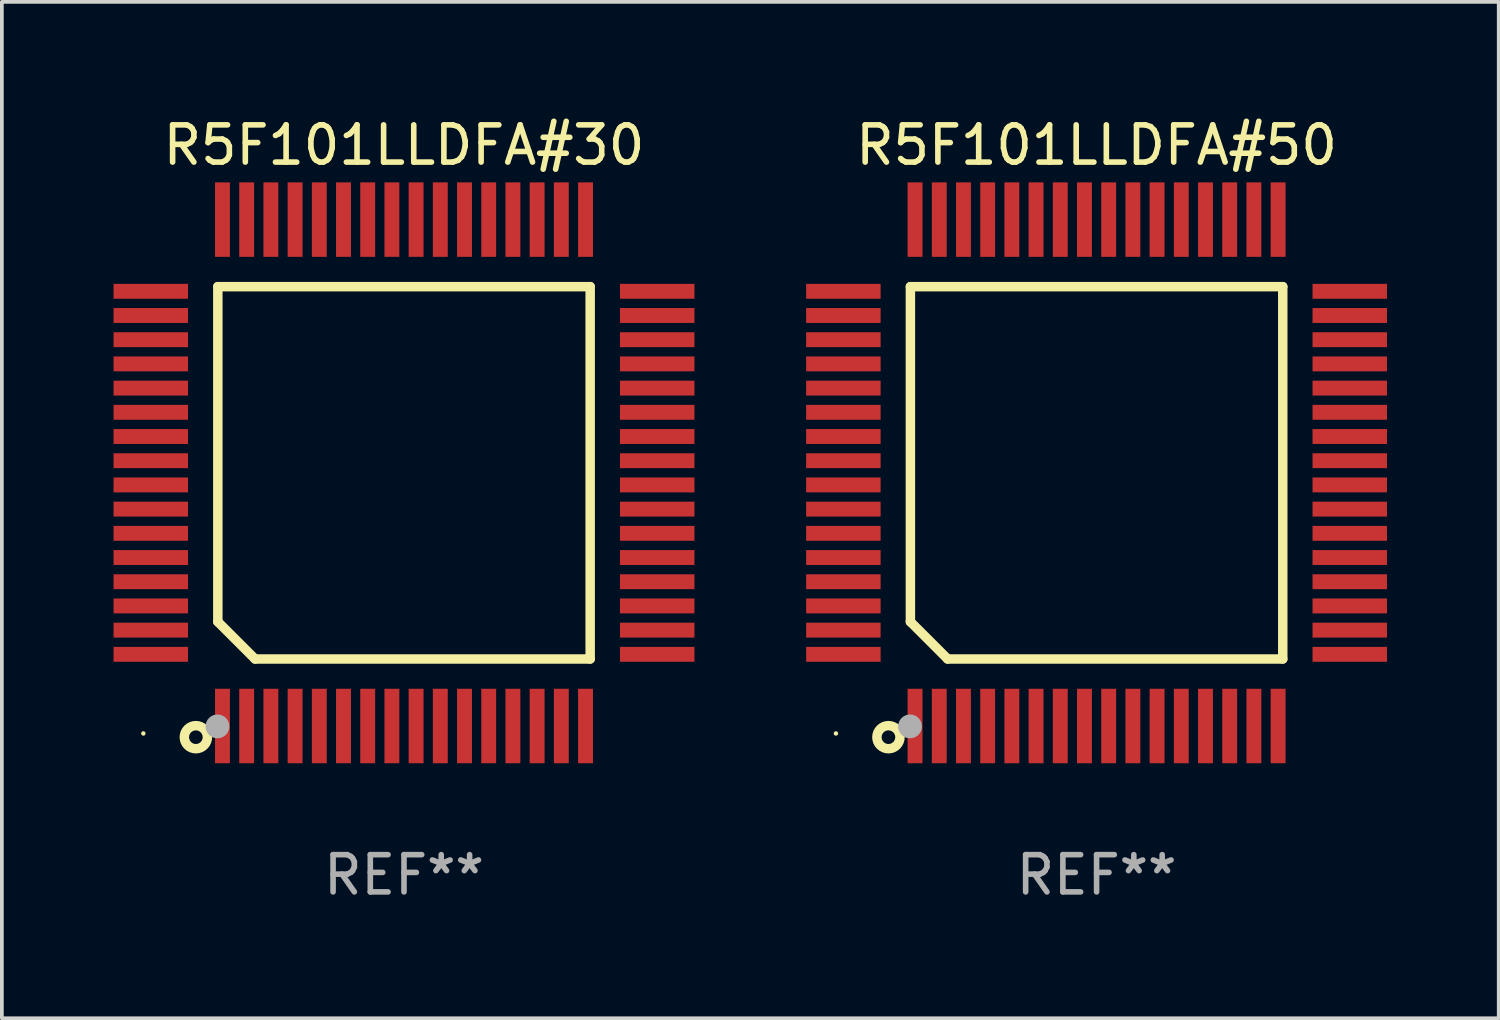
<source format=kicad_pcb>
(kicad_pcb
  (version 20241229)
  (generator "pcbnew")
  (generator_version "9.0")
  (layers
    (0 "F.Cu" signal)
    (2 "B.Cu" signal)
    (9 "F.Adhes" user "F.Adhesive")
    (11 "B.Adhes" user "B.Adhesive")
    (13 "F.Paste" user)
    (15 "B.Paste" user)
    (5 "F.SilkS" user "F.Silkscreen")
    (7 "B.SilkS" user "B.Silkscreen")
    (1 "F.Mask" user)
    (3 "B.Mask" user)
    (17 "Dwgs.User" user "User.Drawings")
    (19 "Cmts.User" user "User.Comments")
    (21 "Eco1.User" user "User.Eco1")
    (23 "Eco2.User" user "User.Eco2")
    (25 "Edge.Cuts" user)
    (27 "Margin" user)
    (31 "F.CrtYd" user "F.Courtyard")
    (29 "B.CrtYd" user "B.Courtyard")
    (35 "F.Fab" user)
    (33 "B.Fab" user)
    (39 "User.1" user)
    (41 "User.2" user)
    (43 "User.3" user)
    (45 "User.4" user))
  (footprint "R5F101LLDFA#50"
    (layer "F.Cu")
    (at 26.4 9.648)
    (property "Reference" "R5F101LLDFA#50" (at 0 -8.8 0) (layer "F.SilkS") (effects (font (size 1 1) (thickness 0.15))))
    (attr through_hole)
    (fp_line (start -5 -5) (end 5 -5) (stroke (width 0.254) (type solid)) (layer "F.SilkS"))
    (fp_line (start -5 4) (end -5 -5) (stroke (width 0.254) (type solid)) (layer "F.SilkS"))
    (fp_line (start -4 5) (end -5 4) (stroke (width 0.254) (type solid)) (layer "F.SilkS"))
    (fp_line (start 5 -5) (end 5 5) (stroke (width 0.254) (type solid)) (layer "F.SilkS"))
    (fp_line (start 5 5) (end -4 5) (stroke (width 0.254) (type solid)) (layer "F.SilkS"))
    (fp_circle (center -7 7) (end -6.97 7) (stroke (width 0.06) (type solid)) (fill no) (layer "F.SilkS"))
    (fp_circle (center -5.59 7.1) (end -5.28 7.1) (stroke (width 0.254) (type solid)) (fill no) (layer "F.SilkS"))
    (fp_circle (center -5.01 6.81) (end -4.85 6.81) (stroke (width 0.32) (type solid)) (fill no) (layer "F.Fab"))
    (fp_text user "REF**" (at 0 10.8 0) (layer "F.Fab") (effects (font (size 1 1) (thickness 0.15))))
    (pad "1" smd rect (at -4.875 6.8) (size 0.4 2) (layers "F.Cu" "F.Mask" "F.Paste"))
    (pad "2" smd rect (at -4.225 6.8) (size 0.4 2) (layers "F.Cu" "F.Mask" "F.Paste"))
    (pad "3" smd rect (at -3.575 6.8) (size 0.4 2) (layers "F.Cu" "F.Mask" "F.Paste"))
    (pad "4" smd rect (at -2.925 6.8) (size 0.4 2) (layers "F.Cu" "F.Mask" "F.Paste"))
    (pad "5" smd rect (at -2.275 6.8) (size 0.4 2) (layers "F.Cu" "F.Mask" "F.Paste"))
    (pad "6" smd rect (at -1.625 6.8) (size 0.4 2) (layers "F.Cu" "F.Mask" "F.Paste"))
    (pad "7" smd rect (at -0.975 6.8) (size 0.4 2) (layers "F.Cu" "F.Mask" "F.Paste"))
    (pad "8" smd rect (at -0.325 6.8) (size 0.4 2) (layers "F.Cu" "F.Mask" "F.Paste"))
    (pad "9" smd rect (at 0.325 6.8) (size 0.4 2) (layers "F.Cu" "F.Mask" "F.Paste"))
    (pad "10" smd rect (at 0.975 6.8) (size 0.4 2) (layers "F.Cu" "F.Mask" "F.Paste"))
    (pad "11" smd rect (at 1.625 6.8) (size 0.4 2) (layers "F.Cu" "F.Mask" "F.Paste"))
    (pad "12" smd rect (at 2.275 6.8) (size 0.4 2) (layers "F.Cu" "F.Mask" "F.Paste"))
    (pad "13" smd rect (at 2.925 6.8) (size 0.4 2) (layers "F.Cu" "F.Mask" "F.Paste"))
    (pad "14" smd rect (at 3.575 6.8) (size 0.4 2) (layers "F.Cu" "F.Mask" "F.Paste"))
    (pad "15" smd rect (at 4.225 6.8) (size 0.4 2) (layers "F.Cu" "F.Mask" "F.Paste"))
    (pad "16" smd rect (at 4.875 6.8) (size 0.4 2) (layers "F.Cu" "F.Mask" "F.Paste"))
    (pad "17" smd rect (at 6.8 4.875) (size 2 0.4) (layers "F.Cu" "F.Mask" "F.Paste"))
    (pad "18" smd rect (at 6.8 4.225) (size 2 0.4) (layers "F.Cu" "F.Mask" "F.Paste"))
    (pad "19" smd rect (at 6.8 3.575) (size 2 0.4) (layers "F.Cu" "F.Mask" "F.Paste"))
    (pad "20" smd rect (at 6.8 2.925) (size 2 0.4) (layers "F.Cu" "F.Mask" "F.Paste"))
    (pad "21" smd rect (at 6.8 2.275) (size 2 0.4) (layers "F.Cu" "F.Mask" "F.Paste"))
    (pad "22" smd rect (at 6.8 1.625) (size 2 0.4) (layers "F.Cu" "F.Mask" "F.Paste"))
    (pad "23" smd rect (at 6.8 0.975) (size 2 0.4) (layers "F.Cu" "F.Mask" "F.Paste"))
    (pad "24" smd rect (at 6.8 0.325) (size 2 0.4) (layers "F.Cu" "F.Mask" "F.Paste"))
    (pad "25" smd rect (at 6.8 -0.325) (size 2 0.4) (layers "F.Cu" "F.Mask" "F.Paste"))
    (pad "26" smd rect (at 6.8 -0.975) (size 2 0.4) (layers "F.Cu" "F.Mask" "F.Paste"))
    (pad "27" smd rect (at 6.8 -1.625) (size 2 0.4) (layers "F.Cu" "F.Mask" "F.Paste"))
    (pad "28" smd rect (at 6.8 -2.275) (size 2 0.4) (layers "F.Cu" "F.Mask" "F.Paste"))
    (pad "29" smd rect (at 6.8 -2.925) (size 2 0.4) (layers "F.Cu" "F.Mask" "F.Paste"))
    (pad "30" smd rect (at 6.8 -3.575) (size 2 0.4) (layers "F.Cu" "F.Mask" "F.Paste"))
    (pad "31" smd rect (at 6.8 -4.225) (size 2 0.4) (layers "F.Cu" "F.Mask" "F.Paste"))
    (pad "32" smd rect (at 6.8 -4.875) (size 2 0.4) (layers "F.Cu" "F.Mask" "F.Paste"))
    (pad "33" smd rect (at 4.875 -6.8) (size 0.4 2) (layers "F.Cu" "F.Mask" "F.Paste"))
    (pad "34" smd rect (at 4.225 -6.8) (size 0.4 2) (layers "F.Cu" "F.Mask" "F.Paste"))
    (pad "35" smd rect (at 3.575 -6.8) (size 0.4 2) (layers "F.Cu" "F.Mask" "F.Paste"))
    (pad "36" smd rect (at 2.925 -6.8) (size 0.4 2) (layers "F.Cu" "F.Mask" "F.Paste"))
    (pad "37" smd rect (at 2.275 -6.8) (size 0.4 2) (layers "F.Cu" "F.Mask" "F.Paste"))
    (pad "38" smd rect (at 1.625 -6.8) (size 0.4 2) (layers "F.Cu" "F.Mask" "F.Paste"))
    (pad "39" smd rect (at 0.975 -6.8) (size 0.4 2) (layers "F.Cu" "F.Mask" "F.Paste"))
    (pad "40" smd rect (at 0.325 -6.8) (size 0.4 2) (layers "F.Cu" "F.Mask" "F.Paste"))
    (pad "41" smd rect (at -0.325 -6.8) (size 0.4 2) (layers "F.Cu" "F.Mask" "F.Paste"))
    (pad "42" smd rect (at -0.975 -6.8) (size 0.4 2) (layers "F.Cu" "F.Mask" "F.Paste"))
    (pad "43" smd rect (at -1.625 -6.8) (size 0.4 2) (layers "F.Cu" "F.Mask" "F.Paste"))
    (pad "44" smd rect (at -2.275 -6.8) (size 0.4 2) (layers "F.Cu" "F.Mask" "F.Paste"))
    (pad "45" smd rect (at -2.925 -6.8) (size 0.4 2) (layers "F.Cu" "F.Mask" "F.Paste"))
    (pad "46" smd rect (at -3.575 -6.8) (size 0.4 2) (layers "F.Cu" "F.Mask" "F.Paste"))
    (pad "47" smd rect (at -4.225 -6.8) (size 0.4 2) (layers "F.Cu" "F.Mask" "F.Paste"))
    (pad "48" smd rect (at -4.875 -6.8) (size 0.4 2) (layers "F.Cu" "F.Mask" "F.Paste"))
    (pad "49" smd rect (at -6.8 -4.875) (size 2 0.4) (layers "F.Cu" "F.Mask" "F.Paste"))
    (pad "50" smd rect (at -6.8 -4.225) (size 2 0.4) (layers "F.Cu" "F.Mask" "F.Paste"))
    (pad "51" smd rect (at -6.8 -3.575) (size 2 0.4) (layers "F.Cu" "F.Mask" "F.Paste"))
    (pad "52" smd rect (at -6.8 -2.925) (size 2 0.4) (layers "F.Cu" "F.Mask" "F.Paste"))
    (pad "53" smd rect (at -6.8 -2.275) (size 2 0.4) (layers "F.Cu" "F.Mask" "F.Paste"))
    (pad "54" smd rect (at -6.8 -1.625) (size 2 0.4) (layers "F.Cu" "F.Mask" "F.Paste"))
    (pad "55" smd rect (at -6.8 -0.975) (size 2 0.4) (layers "F.Cu" "F.Mask" "F.Paste"))
    (pad "56" smd rect (at -6.8 -0.325) (size 2 0.4) (layers "F.Cu" "F.Mask" "F.Paste"))
    (pad "57" smd rect (at -6.8 0.325) (size 2 0.4) (layers "F.Cu" "F.Mask" "F.Paste"))
    (pad "58" smd rect (at -6.8 0.975) (size 2 0.4) (layers "F.Cu" "F.Mask" "F.Paste"))
    (pad "59" smd rect (at -6.8 1.625) (size 2 0.4) (layers "F.Cu" "F.Mask" "F.Paste"))
    (pad "60" smd rect (at -6.8 2.275) (size 2 0.4) (layers "F.Cu" "F.Mask" "F.Paste"))
    (pad "61" smd rect (at -6.8 2.925) (size 2 0.4) (layers "F.Cu" "F.Mask" "F.Paste"))
    (pad "62" smd rect (at -6.8 3.575) (size 2 0.4) (layers "F.Cu" "F.Mask" "F.Paste"))
    (pad "63" smd rect (at -6.8 4.225) (size 2 0.4) (layers "F.Cu" "F.Mask" "F.Paste"))
    (pad "64" smd rect (at -6.8 4.875) (size 2 0.4) (layers "F.Cu" "F.Mask" "F.Paste")))
  (footprint "R5F101LLDFA#30"
    (layer "F.Cu")
    (at 7.8 9.648)
    (property "Reference" "R5F101LLDFA#30" (at 0 -8.8 0) (layer "F.SilkS") (effects (font (size 1 1) (thickness 0.15))))
    (attr through_hole)
    (fp_line (start -5 -5) (end 5 -5) (stroke (width 0.254) (type solid)) (layer "F.SilkS"))
    (fp_line (start -5 4) (end -5 -5) (stroke (width 0.254) (type solid)) (layer "F.SilkS"))
    (fp_line (start -4 5) (end -5 4) (stroke (width 0.254) (type solid)) (layer "F.SilkS"))
    (fp_line (start 5 -5) (end 5 5) (stroke (width 0.254) (type solid)) (layer "F.SilkS"))
    (fp_line (start 5 5) (end -4 5) (stroke (width 0.254) (type solid)) (layer "F.SilkS"))
    (fp_circle (center -7 7) (end -6.97 7) (stroke (width 0.06) (type solid)) (fill no) (layer "F.SilkS"))
    (fp_circle (center -5.59 7.1) (end -5.28 7.1) (stroke (width 0.254) (type solid)) (fill no) (layer "F.SilkS"))
    (fp_circle (center -5.01 6.81) (end -4.85 6.81) (stroke (width 0.32) (type solid)) (fill no) (layer "F.Fab"))
    (fp_text user "REF**" (at 0 10.8 0) (layer "F.Fab") (effects (font (size 1 1) (thickness 0.15))))
    (pad "1" smd rect (at -4.875 6.8) (size 0.4 2) (layers "F.Cu" "F.Mask" "F.Paste"))
    (pad "2" smd rect (at -4.225 6.8) (size 0.4 2) (layers "F.Cu" "F.Mask" "F.Paste"))
    (pad "3" smd rect (at -3.575 6.8) (size 0.4 2) (layers "F.Cu" "F.Mask" "F.Paste"))
    (pad "4" smd rect (at -2.925 6.8) (size 0.4 2) (layers "F.Cu" "F.Mask" "F.Paste"))
    (pad "5" smd rect (at -2.275 6.8) (size 0.4 2) (layers "F.Cu" "F.Mask" "F.Paste"))
    (pad "6" smd rect (at -1.625 6.8) (size 0.4 2) (layers "F.Cu" "F.Mask" "F.Paste"))
    (pad "7" smd rect (at -0.975 6.8) (size 0.4 2) (layers "F.Cu" "F.Mask" "F.Paste"))
    (pad "8" smd rect (at -0.325 6.8) (size 0.4 2) (layers "F.Cu" "F.Mask" "F.Paste"))
    (pad "9" smd rect (at 0.325 6.8) (size 0.4 2) (layers "F.Cu" "F.Mask" "F.Paste"))
    (pad "10" smd rect (at 0.975 6.8) (size 0.4 2) (layers "F.Cu" "F.Mask" "F.Paste"))
    (pad "11" smd rect (at 1.625 6.8) (size 0.4 2) (layers "F.Cu" "F.Mask" "F.Paste"))
    (pad "12" smd rect (at 2.275 6.8) (size 0.4 2) (layers "F.Cu" "F.Mask" "F.Paste"))
    (pad "13" smd rect (at 2.925 6.8) (size 0.4 2) (layers "F.Cu" "F.Mask" "F.Paste"))
    (pad "14" smd rect (at 3.575 6.8) (size 0.4 2) (layers "F.Cu" "F.Mask" "F.Paste"))
    (pad "15" smd rect (at 4.225 6.8) (size 0.4 2) (layers "F.Cu" "F.Mask" "F.Paste"))
    (pad "16" smd rect (at 4.875 6.8) (size 0.4 2) (layers "F.Cu" "F.Mask" "F.Paste"))
    (pad "17" smd rect (at 6.8 4.875) (size 2 0.4) (layers "F.Cu" "F.Mask" "F.Paste"))
    (pad "18" smd rect (at 6.8 4.225) (size 2 0.4) (layers "F.Cu" "F.Mask" "F.Paste"))
    (pad "19" smd rect (at 6.8 3.575) (size 2 0.4) (layers "F.Cu" "F.Mask" "F.Paste"))
    (pad "20" smd rect (at 6.8 2.925) (size 2 0.4) (layers "F.Cu" "F.Mask" "F.Paste"))
    (pad "21" smd rect (at 6.8 2.275) (size 2 0.4) (layers "F.Cu" "F.Mask" "F.Paste"))
    (pad "22" smd rect (at 6.8 1.625) (size 2 0.4) (layers "F.Cu" "F.Mask" "F.Paste"))
    (pad "23" smd rect (at 6.8 0.975) (size 2 0.4) (layers "F.Cu" "F.Mask" "F.Paste"))
    (pad "24" smd rect (at 6.8 0.325) (size 2 0.4) (layers "F.Cu" "F.Mask" "F.Paste"))
    (pad "25" smd rect (at 6.8 -0.325) (size 2 0.4) (layers "F.Cu" "F.Mask" "F.Paste"))
    (pad "26" smd rect (at 6.8 -0.975) (size 2 0.4) (layers "F.Cu" "F.Mask" "F.Paste"))
    (pad "27" smd rect (at 6.8 -1.625) (size 2 0.4) (layers "F.Cu" "F.Mask" "F.Paste"))
    (pad "28" smd rect (at 6.8 -2.275) (size 2 0.4) (layers "F.Cu" "F.Mask" "F.Paste"))
    (pad "29" smd rect (at 6.8 -2.925) (size 2 0.4) (layers "F.Cu" "F.Mask" "F.Paste"))
    (pad "30" smd rect (at 6.8 -3.575) (size 2 0.4) (layers "F.Cu" "F.Mask" "F.Paste"))
    (pad "31" smd rect (at 6.8 -4.225) (size 2 0.4) (layers "F.Cu" "F.Mask" "F.Paste"))
    (pad "32" smd rect (at 6.8 -4.875) (size 2 0.4) (layers "F.Cu" "F.Mask" "F.Paste"))
    (pad "33" smd rect (at 4.875 -6.8) (size 0.4 2) (layers "F.Cu" "F.Mask" "F.Paste"))
    (pad "34" smd rect (at 4.225 -6.8) (size 0.4 2) (layers "F.Cu" "F.Mask" "F.Paste"))
    (pad "35" smd rect (at 3.575 -6.8) (size 0.4 2) (layers "F.Cu" "F.Mask" "F.Paste"))
    (pad "36" smd rect (at 2.925 -6.8) (size 0.4 2) (layers "F.Cu" "F.Mask" "F.Paste"))
    (pad "37" smd rect (at 2.275 -6.8) (size 0.4 2) (layers "F.Cu" "F.Mask" "F.Paste"))
    (pad "38" smd rect (at 1.625 -6.8) (size 0.4 2) (layers "F.Cu" "F.Mask" "F.Paste"))
    (pad "39" smd rect (at 0.975 -6.8) (size 0.4 2) (layers "F.Cu" "F.Mask" "F.Paste"))
    (pad "40" smd rect (at 0.325 -6.8) (size 0.4 2) (layers "F.Cu" "F.Mask" "F.Paste"))
    (pad "41" smd rect (at -0.325 -6.8) (size 0.4 2) (layers "F.Cu" "F.Mask" "F.Paste"))
    (pad "42" smd rect (at -0.975 -6.8) (size 0.4 2) (layers "F.Cu" "F.Mask" "F.Paste"))
    (pad "43" smd rect (at -1.625 -6.8) (size 0.4 2) (layers "F.Cu" "F.Mask" "F.Paste"))
    (pad "44" smd rect (at -2.275 -6.8) (size 0.4 2) (layers "F.Cu" "F.Mask" "F.Paste"))
    (pad "45" smd rect (at -2.925 -6.8) (size 0.4 2) (layers "F.Cu" "F.Mask" "F.Paste"))
    (pad "46" smd rect (at -3.575 -6.8) (size 0.4 2) (layers "F.Cu" "F.Mask" "F.Paste"))
    (pad "47" smd rect (at -4.225 -6.8) (size 0.4 2) (layers "F.Cu" "F.Mask" "F.Paste"))
    (pad "48" smd rect (at -4.875 -6.8) (size 0.4 2) (layers "F.Cu" "F.Mask" "F.Paste"))
    (pad "49" smd rect (at -6.8 -4.875) (size 2 0.4) (layers "F.Cu" "F.Mask" "F.Paste"))
    (pad "50" smd rect (at -6.8 -4.225) (size 2 0.4) (layers "F.Cu" "F.Mask" "F.Paste"))
    (pad "51" smd rect (at -6.8 -3.575) (size 2 0.4) (layers "F.Cu" "F.Mask" "F.Paste"))
    (pad "52" smd rect (at -6.8 -2.925) (size 2 0.4) (layers "F.Cu" "F.Mask" "F.Paste"))
    (pad "53" smd rect (at -6.8 -2.275) (size 2 0.4) (layers "F.Cu" "F.Mask" "F.Paste"))
    (pad "54" smd rect (at -6.8 -1.625) (size 2 0.4) (layers "F.Cu" "F.Mask" "F.Paste"))
    (pad "55" smd rect (at -6.8 -0.975) (size 2 0.4) (layers "F.Cu" "F.Mask" "F.Paste"))
    (pad "56" smd rect (at -6.8 -0.325) (size 2 0.4) (layers "F.Cu" "F.Mask" "F.Paste"))
    (pad "57" smd rect (at -6.8 0.325) (size 2 0.4) (layers "F.Cu" "F.Mask" "F.Paste"))
    (pad "58" smd rect (at -6.8 0.975) (size 2 0.4) (layers "F.Cu" "F.Mask" "F.Paste"))
    (pad "59" smd rect (at -6.8 1.625) (size 2 0.4) (layers "F.Cu" "F.Mask" "F.Paste"))
    (pad "60" smd rect (at -6.8 2.275) (size 2 0.4) (layers "F.Cu" "F.Mask" "F.Paste"))
    (pad "61" smd rect (at -6.8 2.925) (size 2 0.4) (layers "F.Cu" "F.Mask" "F.Paste"))
    (pad "62" smd rect (at -6.8 3.575) (size 2 0.4) (layers "F.Cu" "F.Mask" "F.Paste"))
    (pad "63" smd rect (at -6.8 4.225) (size 2 0.4) (layers "F.Cu" "F.Mask" "F.Paste"))
    (pad "64" smd rect (at -6.8 4.875) (size 2 0.4) (layers "F.Cu" "F.Mask" "F.Paste")))
  (gr_rect
    (start -3 -3)
    (end 37.2 24.297)
    (stroke (width 0.1) (type default))
    (fill no)
    (layer "Edge.Cuts")))
</source>
